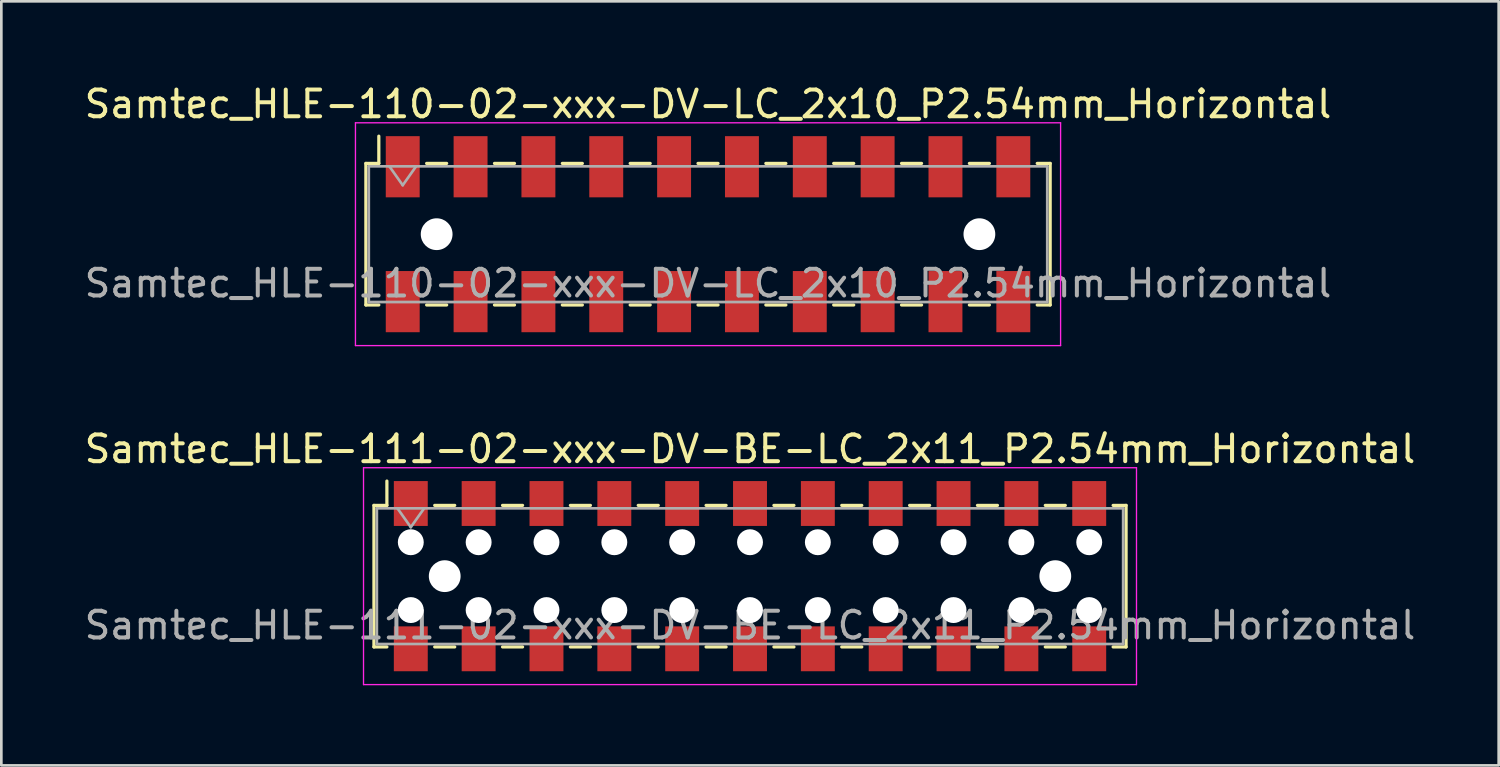
<source format=kicad_pcb>
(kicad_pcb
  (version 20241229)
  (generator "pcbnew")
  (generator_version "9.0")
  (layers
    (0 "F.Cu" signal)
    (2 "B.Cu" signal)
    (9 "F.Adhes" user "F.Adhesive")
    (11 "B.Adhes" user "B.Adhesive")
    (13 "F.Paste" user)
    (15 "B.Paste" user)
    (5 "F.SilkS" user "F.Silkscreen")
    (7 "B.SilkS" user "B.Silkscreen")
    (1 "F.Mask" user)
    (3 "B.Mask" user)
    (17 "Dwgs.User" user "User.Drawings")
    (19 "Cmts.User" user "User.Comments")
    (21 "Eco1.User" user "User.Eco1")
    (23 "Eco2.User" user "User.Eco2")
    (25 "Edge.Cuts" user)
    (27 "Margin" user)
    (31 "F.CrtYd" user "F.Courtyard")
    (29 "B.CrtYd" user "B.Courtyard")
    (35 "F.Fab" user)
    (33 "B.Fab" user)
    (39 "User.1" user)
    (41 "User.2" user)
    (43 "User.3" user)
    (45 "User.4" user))
  (footprint "Samtec_HLE-111-02-xxx-DV-BE-LC_2x11_P2.54mm_Horizontal"
    (layer "F.Cu")
    (at 25.03 18.521)
    (property "Reference" "Samtec_HLE-111-02-xxx-DV-BE-LC_2x11_P2.54mm_Horizontal" (at 0 -4.76 0) (layer "F.SilkS") (effects (font (size 1 1) (thickness 0.15))))
    (attr smd)
    (fp_line (start -14.08 -2.65) (end -14.08 2.65) (stroke (width 0.12) (type solid)) (layer "F.SilkS"))
    (fp_line (start -14.08 2.65) (end -13.595 2.65) (stroke (width 0.12) (type solid)) (layer "F.SilkS"))
    (fp_line (start -13.595 -3.56) (end -13.595 -2.65) (stroke (width 0.12) (type solid)) (layer "F.SilkS"))
    (fp_line (start -13.595 -2.65) (end -14.08 -2.65) (stroke (width 0.12) (type solid)) (layer "F.SilkS"))
    (fp_line (start -11.805 -2.65) (end -11.055 -2.65) (stroke (width 0.12) (type solid)) (layer "F.SilkS"))
    (fp_line (start -11.805 2.65) (end -11.055 2.65) (stroke (width 0.12) (type solid)) (layer "F.SilkS"))
    (fp_line (start -9.265 -2.65) (end -8.515 -2.65) (stroke (width 0.12) (type solid)) (layer "F.SilkS"))
    (fp_line (start -9.265 2.65) (end -8.515 2.65) (stroke (width 0.12) (type solid)) (layer "F.SilkS"))
    (fp_line (start -6.725 -2.65) (end -5.975 -2.65) (stroke (width 0.12) (type solid)) (layer "F.SilkS"))
    (fp_line (start -6.725 2.65) (end -5.975 2.65) (stroke (width 0.12) (type solid)) (layer "F.SilkS"))
    (fp_line (start -4.185 -2.65) (end -3.435 -2.65) (stroke (width 0.12) (type solid)) (layer "F.SilkS"))
    (fp_line (start -4.185 2.65) (end -3.435 2.65) (stroke (width 0.12) (type solid)) (layer "F.SilkS"))
    (fp_line (start -1.645 -2.65) (end -0.895 -2.65) (stroke (width 0.12) (type solid)) (layer "F.SilkS"))
    (fp_line (start -1.645 2.65) (end -0.895 2.65) (stroke (width 0.12) (type solid)) (layer "F.SilkS"))
    (fp_line (start 0.895 -2.65) (end 1.645 -2.65) (stroke (width 0.12) (type solid)) (layer "F.SilkS"))
    (fp_line (start 0.895 2.65) (end 1.645 2.65) (stroke (width 0.12) (type solid)) (layer "F.SilkS"))
    (fp_line (start 3.435 -2.65) (end 4.185 -2.65) (stroke (width 0.12) (type solid)) (layer "F.SilkS"))
    (fp_line (start 3.435 2.65) (end 4.185 2.65) (stroke (width 0.12) (type solid)) (layer "F.SilkS"))
    (fp_line (start 5.975 -2.65) (end 6.725 -2.65) (stroke (width 0.12) (type solid)) (layer "F.SilkS"))
    (fp_line (start 5.975 2.65) (end 6.725 2.65) (stroke (width 0.12) (type solid)) (layer "F.SilkS"))
    (fp_line (start 8.515 -2.65) (end 9.265 -2.65) (stroke (width 0.12) (type solid)) (layer "F.SilkS"))
    (fp_line (start 8.515 2.65) (end 9.265 2.65) (stroke (width 0.12) (type solid)) (layer "F.SilkS"))
    (fp_line (start 11.055 -2.65) (end 11.805 -2.65) (stroke (width 0.12) (type solid)) (layer "F.SilkS"))
    (fp_line (start 11.055 2.65) (end 11.805 2.65) (stroke (width 0.12) (type solid)) (layer "F.SilkS"))
    (fp_line (start 13.595 -2.65) (end 14.08 -2.65) (stroke (width 0.12) (type solid)) (layer "F.SilkS"))
    (fp_line (start 14.08 -2.65) (end 14.08 2.65) (stroke (width 0.12) (type solid)) (layer "F.SilkS"))
    (fp_line (start 14.08 2.65) (end 13.595 2.65) (stroke (width 0.12) (type solid)) (layer "F.SilkS"))
    (fp_line (start -14.47 -4.06) (end 14.47 -4.06) (stroke (width 0.05) (type solid)) (layer "F.CrtYd"))
    (fp_line (start -14.47 4.06) (end -14.47 -4.06) (stroke (width 0.05) (type solid)) (layer "F.CrtYd"))
    (fp_line (start 14.47 -4.06) (end 14.47 4.06) (stroke (width 0.05) (type solid)) (layer "F.CrtYd"))
    (fp_line (start 14.47 4.06) (end -14.47 4.06) (stroke (width 0.05) (type solid)) (layer "F.CrtYd"))
    (fp_line (start -13.97 -2.54) (end 13.97 -2.54) (stroke (width 0.1) (type solid)) (layer "F.Fab"))
    (fp_line (start -13.97 2.54) (end -13.97 -2.54) (stroke (width 0.1) (type solid)) (layer "F.Fab"))
    (fp_line (start -13.2 -2.54) (end -12.7 -1.833) (stroke (width 0.1) (type solid)) (layer "F.Fab"))
    (fp_line (start -12.7 -1.833) (end -12.2 -2.54) (stroke (width 0.1) (type solid)) (layer "F.Fab"))
    (fp_line (start 13.97 -2.54) (end 13.97 2.54) (stroke (width 0.1) (type solid)) (layer "F.Fab"))
    (fp_line (start 13.97 2.54) (end -13.97 2.54) (stroke (width 0.1) (type solid)) (layer "F.Fab"))
    (fp_text user "${REFERENCE}" (at 0 1.84 0) (layer "F.Fab") (effects (font (size 1 1) (thickness 0.15))))
    (pad "" np_thru_hole circle (at -12.7 -1.27) (size 0.97 0.97) (drill 0.97) (layers "*.Cu" "*.Mask"))
    (pad "" np_thru_hole circle (at -12.7 1.27) (size 0.97 0.97) (drill 0.97) (layers "*.Cu" "*.Mask"))
    (pad "" np_thru_hole circle (at -11.43 0) (size 1.19 1.19) (drill 1.19) (layers "*.Cu" "*.Mask"))
    (pad "" np_thru_hole circle (at -10.16 -1.27) (size 0.97 0.97) (drill 0.97) (layers "*.Cu" "*.Mask"))
    (pad "" np_thru_hole circle (at -10.16 1.27) (size 0.97 0.97) (drill 0.97) (layers "*.Cu" "*.Mask"))
    (pad "" np_thru_hole circle (at -7.62 -1.27) (size 0.97 0.97) (drill 0.97) (layers "*.Cu" "*.Mask"))
    (pad "" np_thru_hole circle (at -7.62 1.27) (size 0.97 0.97) (drill 0.97) (layers "*.Cu" "*.Mask"))
    (pad "" np_thru_hole circle (at -5.08 -1.27) (size 0.97 0.97) (drill 0.97) (layers "*.Cu" "*.Mask"))
    (pad "" np_thru_hole circle (at -5.08 1.27) (size 0.97 0.97) (drill 0.97) (layers "*.Cu" "*.Mask"))
    (pad "" np_thru_hole circle (at -2.54 -1.27) (size 0.97 0.97) (drill 0.97) (layers "*.Cu" "*.Mask"))
    (pad "" np_thru_hole circle (at -2.54 1.27) (size 0.97 0.97) (drill 0.97) (layers "*.Cu" "*.Mask"))
    (pad "" np_thru_hole circle (at 0 -1.27) (size 0.97 0.97) (drill 0.97) (layers "*.Cu" "*.Mask"))
    (pad "" np_thru_hole circle (at 0 1.27) (size 0.97 0.97) (drill 0.97) (layers "*.Cu" "*.Mask"))
    (pad "" np_thru_hole circle (at 2.54 -1.27) (size 0.97 0.97) (drill 0.97) (layers "*.Cu" "*.Mask"))
    (pad "" np_thru_hole circle (at 2.54 1.27) (size 0.97 0.97) (drill 0.97) (layers "*.Cu" "*.Mask"))
    (pad "" np_thru_hole circle (at 5.08 -1.27) (size 0.97 0.97) (drill 0.97) (layers "*.Cu" "*.Mask"))
    (pad "" np_thru_hole circle (at 5.08 1.27) (size 0.97 0.97) (drill 0.97) (layers "*.Cu" "*.Mask"))
    (pad "" np_thru_hole circle (at 7.62 -1.27) (size 0.97 0.97) (drill 0.97) (layers "*.Cu" "*.Mask"))
    (pad "" np_thru_hole circle (at 7.62 1.27) (size 0.97 0.97) (drill 0.97) (layers "*.Cu" "*.Mask"))
    (pad "" np_thru_hole circle (at 10.16 -1.27) (size 0.97 0.97) (drill 0.97) (layers "*.Cu" "*.Mask"))
    (pad "" np_thru_hole circle (at 10.16 1.27) (size 0.97 0.97) (drill 0.97) (layers "*.Cu" "*.Mask"))
    (pad "" np_thru_hole circle (at 11.43 0) (size 1.19 1.19) (drill 1.19) (layers "*.Cu" "*.Mask"))
    (pad "" np_thru_hole circle (at 12.7 -1.27) (size 0.97 0.97) (drill 0.97) (layers "*.Cu" "*.Mask"))
    (pad "" np_thru_hole circle (at 12.7 1.27) (size 0.97 0.97) (drill 0.97) (layers "*.Cu" "*.Mask"))
    (pad "1" smd rect (at -12.7 -2.72) (size 1.27 1.68) (layers "F.Cu" "F.Mask" "F.Paste"))
    (pad "2" smd rect (at -12.7 2.72) (size 1.27 1.68) (layers "F.Cu" "F.Mask" "F.Paste"))
    (pad "3" smd rect (at -10.16 -2.72) (size 1.27 1.68) (layers "F.Cu" "F.Mask" "F.Paste"))
    (pad "4" smd rect (at -10.16 2.72) (size 1.27 1.68) (layers "F.Cu" "F.Mask" "F.Paste"))
    (pad "5" smd rect (at -7.62 -2.72) (size 1.27 1.68) (layers "F.Cu" "F.Mask" "F.Paste"))
    (pad "6" smd rect (at -7.62 2.72) (size 1.27 1.68) (layers "F.Cu" "F.Mask" "F.Paste"))
    (pad "7" smd rect (at -5.08 -2.72) (size 1.27 1.68) (layers "F.Cu" "F.Mask" "F.Paste"))
    (pad "8" smd rect (at -5.08 2.72) (size 1.27 1.68) (layers "F.Cu" "F.Mask" "F.Paste"))
    (pad "9" smd rect (at -2.54 -2.72) (size 1.27 1.68) (layers "F.Cu" "F.Mask" "F.Paste"))
    (pad "10" smd rect (at -2.54 2.72) (size 1.27 1.68) (layers "F.Cu" "F.Mask" "F.Paste"))
    (pad "11" smd rect (at 0 -2.72) (size 1.27 1.68) (layers "F.Cu" "F.Mask" "F.Paste"))
    (pad "12" smd rect (at 0 2.72) (size 1.27 1.68) (layers "F.Cu" "F.Mask" "F.Paste"))
    (pad "13" smd rect (at 2.54 -2.72) (size 1.27 1.68) (layers "F.Cu" "F.Mask" "F.Paste"))
    (pad "14" smd rect (at 2.54 2.72) (size 1.27 1.68) (layers "F.Cu" "F.Mask" "F.Paste"))
    (pad "15" smd rect (at 5.08 -2.72) (size 1.27 1.68) (layers "F.Cu" "F.Mask" "F.Paste"))
    (pad "16" smd rect (at 5.08 2.72) (size 1.27 1.68) (layers "F.Cu" "F.Mask" "F.Paste"))
    (pad "17" smd rect (at 7.62 -2.72) (size 1.27 1.68) (layers "F.Cu" "F.Mask" "F.Paste"))
    (pad "18" smd rect (at 7.62 2.72) (size 1.27 1.68) (layers "F.Cu" "F.Mask" "F.Paste"))
    (pad "19" smd rect (at 10.16 -2.72) (size 1.27 1.68) (layers "F.Cu" "F.Mask" "F.Paste"))
    (pad "20" smd rect (at 10.16 2.72) (size 1.27 1.68) (layers "F.Cu" "F.Mask" "F.Paste"))
    (pad "21" smd rect (at 12.7 -2.72) (size 1.27 1.68) (layers "F.Cu" "F.Mask" "F.Paste"))
    (pad "22" smd rect (at 12.7 2.72) (size 1.27 1.68) (layers "F.Cu" "F.Mask" "F.Paste")))
  (footprint "Samtec_HLE-110-02-xxx-DV-LC_2x10_P2.54mm_Horizontal"
    (layer "F.Cu")
    (at 23.458 5.718)
    (property "Reference" "Samtec_HLE-110-02-xxx-DV-LC_2x10_P2.54mm_Horizontal" (at 0 -4.87 0) (layer "F.SilkS") (effects (font (size 1 1) (thickness 0.15))))
    (attr smd)
    (fp_line (start -12.81 -2.65) (end -12.81 2.65) (stroke (width 0.12) (type solid)) (layer "F.SilkS"))
    (fp_line (start -12.81 2.65) (end -12.325 2.65) (stroke (width 0.12) (type solid)) (layer "F.SilkS"))
    (fp_line (start -12.325 -3.67) (end -12.325 -2.65) (stroke (width 0.12) (type solid)) (layer "F.SilkS"))
    (fp_line (start -12.325 -2.65) (end -12.81 -2.65) (stroke (width 0.12) (type solid)) (layer "F.SilkS"))
    (fp_line (start -10.535 -2.65) (end -9.785 -2.65) (stroke (width 0.12) (type solid)) (layer "F.SilkS"))
    (fp_line (start -10.535 2.65) (end -9.785 2.65) (stroke (width 0.12) (type solid)) (layer "F.SilkS"))
    (fp_line (start -7.995 -2.65) (end -7.245 -2.65) (stroke (width 0.12) (type solid)) (layer "F.SilkS"))
    (fp_line (start -7.995 2.65) (end -7.245 2.65) (stroke (width 0.12) (type solid)) (layer "F.SilkS"))
    (fp_line (start -5.455 -2.65) (end -4.705 -2.65) (stroke (width 0.12) (type solid)) (layer "F.SilkS"))
    (fp_line (start -5.455 2.65) (end -4.705 2.65) (stroke (width 0.12) (type solid)) (layer "F.SilkS"))
    (fp_line (start -2.915 -2.65) (end -2.165 -2.65) (stroke (width 0.12) (type solid)) (layer "F.SilkS"))
    (fp_line (start -2.915 2.65) (end -2.165 2.65) (stroke (width 0.12) (type solid)) (layer "F.SilkS"))
    (fp_line (start -0.375 -2.65) (end 0.375 -2.65) (stroke (width 0.12) (type solid)) (layer "F.SilkS"))
    (fp_line (start -0.375 2.65) (end 0.375 2.65) (stroke (width 0.12) (type solid)) (layer "F.SilkS"))
    (fp_line (start 2.165 -2.65) (end 2.915 -2.65) (stroke (width 0.12) (type solid)) (layer "F.SilkS"))
    (fp_line (start 2.165 2.65) (end 2.915 2.65) (stroke (width 0.12) (type solid)) (layer "F.SilkS"))
    (fp_line (start 4.705 -2.65) (end 5.455 -2.65) (stroke (width 0.12) (type solid)) (layer "F.SilkS"))
    (fp_line (start 4.705 2.65) (end 5.455 2.65) (stroke (width 0.12) (type solid)) (layer "F.SilkS"))
    (fp_line (start 7.245 -2.65) (end 7.995 -2.65) (stroke (width 0.12) (type solid)) (layer "F.SilkS"))
    (fp_line (start 7.245 2.65) (end 7.995 2.65) (stroke (width 0.12) (type solid)) (layer "F.SilkS"))
    (fp_line (start 9.785 -2.65) (end 10.535 -2.65) (stroke (width 0.12) (type solid)) (layer "F.SilkS"))
    (fp_line (start 9.785 2.65) (end 10.535 2.65) (stroke (width 0.12) (type solid)) (layer "F.SilkS"))
    (fp_line (start 12.325 -2.65) (end 12.81 -2.65) (stroke (width 0.12) (type solid)) (layer "F.SilkS"))
    (fp_line (start 12.81 -2.65) (end 12.81 2.65) (stroke (width 0.12) (type solid)) (layer "F.SilkS"))
    (fp_line (start 12.81 2.65) (end 12.325 2.65) (stroke (width 0.12) (type solid)) (layer "F.SilkS"))
    (fp_line (start -13.2 -4.17) (end 13.2 -4.17) (stroke (width 0.05) (type solid)) (layer "F.CrtYd"))
    (fp_line (start -13.2 4.17) (end -13.2 -4.17) (stroke (width 0.05) (type solid)) (layer "F.CrtYd"))
    (fp_line (start 13.2 -4.17) (end 13.2 4.17) (stroke (width 0.05) (type solid)) (layer "F.CrtYd"))
    (fp_line (start 13.2 4.17) (end -13.2 4.17) (stroke (width 0.05) (type solid)) (layer "F.CrtYd"))
    (fp_line (start -12.7 -2.54) (end 12.7 -2.54) (stroke (width 0.1) (type solid)) (layer "F.Fab"))
    (fp_line (start -12.7 2.54) (end -12.7 -2.54) (stroke (width 0.1) (type solid)) (layer "F.Fab"))
    (fp_line (start -11.93 -2.54) (end -11.43 -1.833) (stroke (width 0.1) (type solid)) (layer "F.Fab"))
    (fp_line (start -11.43 -1.833) (end -10.93 -2.54) (stroke (width 0.1) (type solid)) (layer "F.Fab"))
    (fp_line (start 12.7 -2.54) (end 12.7 2.54) (stroke (width 0.1) (type solid)) (layer "F.Fab"))
    (fp_line (start 12.7 2.54) (end -12.7 2.54) (stroke (width 0.1) (type solid)) (layer "F.Fab"))
    (fp_text user "${REFERENCE}" (at 0 1.84 0) (layer "F.Fab") (effects (font (size 1 1) (thickness 0.15))))
    (pad "" np_thru_hole circle (at -10.16 0) (size 1.19 1.19) (drill 1.19) (layers "*.Cu" "*.Mask"))
    (pad "" np_thru_hole circle (at 10.16 0) (size 1.19 1.19) (drill 1.19) (layers "*.Cu" "*.Mask"))
    (pad "1" smd rect (at -11.43 -2.525) (size 1.27 2.29) (layers "F.Cu" "F.Mask" "F.Paste"))
    (pad "2" smd rect (at -11.43 2.525) (size 1.27 2.29) (layers "F.Cu" "F.Mask" "F.Paste"))
    (pad "3" smd rect (at -8.89 -2.525) (size 1.27 2.29) (layers "F.Cu" "F.Mask" "F.Paste"))
    (pad "4" smd rect (at -8.89 2.525) (size 1.27 2.29) (layers "F.Cu" "F.Mask" "F.Paste"))
    (pad "5" smd rect (at -6.35 -2.525) (size 1.27 2.29) (layers "F.Cu" "F.Mask" "F.Paste"))
    (pad "6" smd rect (at -6.35 2.525) (size 1.27 2.29) (layers "F.Cu" "F.Mask" "F.Paste"))
    (pad "7" smd rect (at -3.81 -2.525) (size 1.27 2.29) (layers "F.Cu" "F.Mask" "F.Paste"))
    (pad "8" smd rect (at -3.81 2.525) (size 1.27 2.29) (layers "F.Cu" "F.Mask" "F.Paste"))
    (pad "9" smd rect (at -1.27 -2.525) (size 1.27 2.29) (layers "F.Cu" "F.Mask" "F.Paste"))
    (pad "10" smd rect (at -1.27 2.525) (size 1.27 2.29) (layers "F.Cu" "F.Mask" "F.Paste"))
    (pad "11" smd rect (at 1.27 -2.525) (size 1.27 2.29) (layers "F.Cu" "F.Mask" "F.Paste"))
    (pad "12" smd rect (at 1.27 2.525) (size 1.27 2.29) (layers "F.Cu" "F.Mask" "F.Paste"))
    (pad "13" smd rect (at 3.81 -2.525) (size 1.27 2.29) (layers "F.Cu" "F.Mask" "F.Paste"))
    (pad "14" smd rect (at 3.81 2.525) (size 1.27 2.29) (layers "F.Cu" "F.Mask" "F.Paste"))
    (pad "15" smd rect (at 6.35 -2.525) (size 1.27 2.29) (layers "F.Cu" "F.Mask" "F.Paste"))
    (pad "16" smd rect (at 6.35 2.525) (size 1.27 2.29) (layers "F.Cu" "F.Mask" "F.Paste"))
    (pad "17" smd rect (at 8.89 -2.525) (size 1.27 2.29) (layers "F.Cu" "F.Mask" "F.Paste"))
    (pad "18" smd rect (at 8.89 2.525) (size 1.27 2.29) (layers "F.Cu" "F.Mask" "F.Paste"))
    (pad "19" smd rect (at 11.43 -2.525) (size 1.27 2.29) (layers "F.Cu" "F.Mask" "F.Paste"))
    (pad "20" smd rect (at 11.43 2.525) (size 1.27 2.29) (layers "F.Cu" "F.Mask" "F.Paste")))
  (gr_rect
    (start -3 -3)
    (end 53.06 25.607)
    (stroke (width 0.1) (type default))
    (fill no)
    (layer "Edge.Cuts")))
</source>
